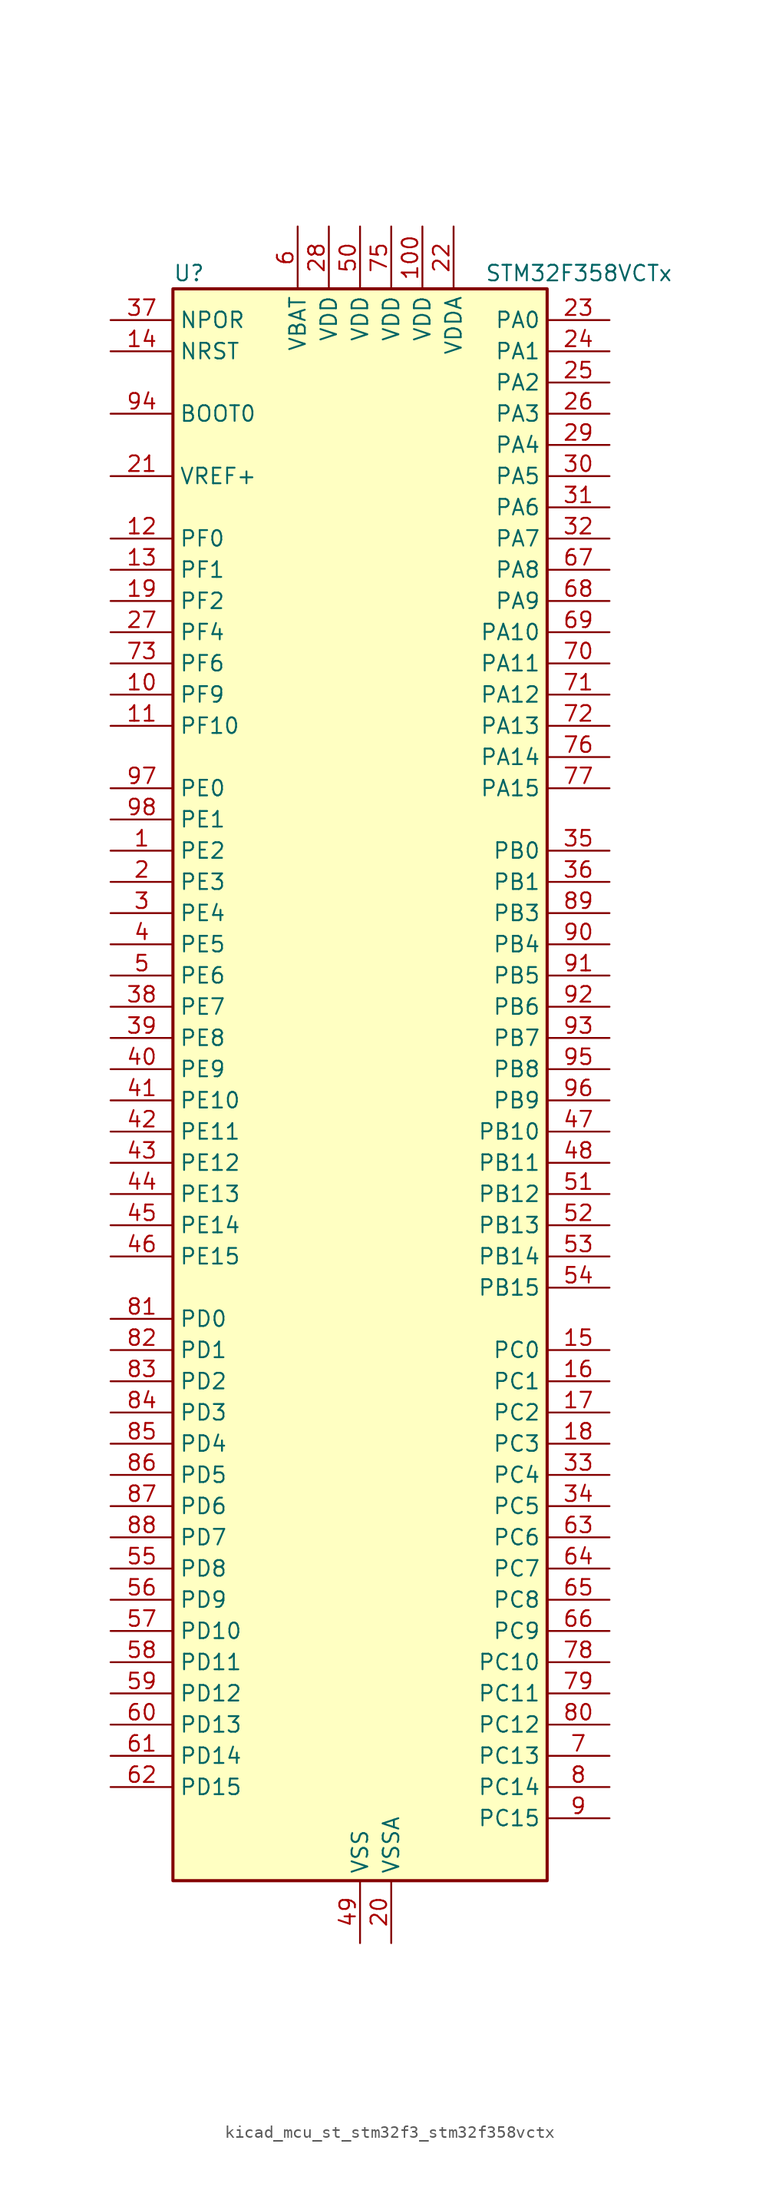
<source format=kicad_sym>
(kicad_symbol_lib
  (version 20220914)
  (generator kicad_symbol_editor)
  (symbol "kicad_mcu_st_stm32f3_stm32f358vctx"
    (property "Reference" "U"
      (at -15.24 67.31 0)
      (effects (font (size 1.27 1.27)) (justify left)))
    (property "Value" "STM32F358VCTx"
      (at 10.16 67.31 0)
      (effects (font (size 1.27 1.27)) (justify left)))
    (property "ki_locked" ""
      (at 0 0 0)
      (effects (font (size 1.27 1.27))))
    (symbol "kicad_mcu_st_stm32f3_stm32f358vctx_0_1"
      (rectangle (start -15.24 -63.5) (end 15.24 66.04) (stroke (width 0.254) (type default)) (fill (type background))))
    (symbol "kicad_mcu_st_stm32f3_stm32f358vctx_1_1"
      (pin bidirectional line (at -20.32 20.32 0) (length 5.08) (name "PE2" (effects (font (size 1.27 1.27)))) (number "1" (effects (font (size 1.27 1.27)))) (alternate "ADC3_EXTI2" bidirectional line) (alternate "ADC4_EXTI2" bidirectional line) (alternate "SYS_TRACECK" bidirectional line) (alternate "TIM3_CH1" bidirectional line) (alternate "TSC_G7_IO1" bidirectional line))
      (pin bidirectional line (at -20.32 33.02 0) (length 5.08) (name "PF9" (effects (font (size 1.27 1.27)))) (number "10" (effects (font (size 1.27 1.27)))) (alternate "DAC_EXTI9" bidirectional line) (alternate "SPI2_SCK" bidirectional line) (alternate "TIM15_CH1" bidirectional line))
      (pin power_in line (at 5.08 71.12 270) (length 5.08) (name "VDD" (effects (font (size 1.27 1.27)))) (number "100" (effects (font (size 1.27 1.27)))))
      (pin bidirectional line (at -20.32 30.48 0) (length 5.08) (name "PF10" (effects (font (size 1.27 1.27)))) (number "11" (effects (font (size 1.27 1.27)))) (alternate "SPI2_SCK" bidirectional line) (alternate "TIM15_CH2" bidirectional line))
      (pin bidirectional line (at -20.32 45.72 0) (length 5.08) (name "PF0" (effects (font (size 1.27 1.27)))) (number "12" (effects (font (size 1.27 1.27)))) (alternate "I2C2_SDA" bidirectional line) (alternate "RCC_OSC_IN" bidirectional line) (alternate "TIM1_CH3N" bidirectional line))
      (pin bidirectional line (at -20.32 43.18 0) (length 5.08) (name "PF1" (effects (font (size 1.27 1.27)))) (number "13" (effects (font (size 1.27 1.27)))) (alternate "I2C2_SCL" bidirectional line) (alternate "RCC_OSC_OUT" bidirectional line))
      (pin input line (at -20.32 60.96 0) (length 5.08) (name "NRST" (effects (font (size 1.27 1.27)))) (number "14" (effects (font (size 1.27 1.27)))))
      (pin bidirectional line (at 20.32 -20.32 180) (length 5.08) (name "PC0" (effects (font (size 1.27 1.27)))) (number "15" (effects (font (size 1.27 1.27)))) (alternate "ADC1_IN6" bidirectional line) (alternate "ADC2_IN6" bidirectional line) (alternate "COMP7_INM" bidirectional line))
      (pin bidirectional line (at 20.32 -22.86 180) (length 5.08) (name "PC1" (effects (font (size 1.27 1.27)))) (number "16" (effects (font (size 1.27 1.27)))) (alternate "ADC1_IN7" bidirectional line) (alternate "ADC2_IN7" bidirectional line) (alternate "COMP7_INP" bidirectional line))
      (pin bidirectional line (at 20.32 -25.4 180) (length 5.08) (name "PC2" (effects (font (size 1.27 1.27)))) (number "17" (effects (font (size 1.27 1.27)))) (alternate "ADC1_IN8" bidirectional line) (alternate "ADC2_IN8" bidirectional line) (alternate "ADC3_EXTI2" bidirectional line) (alternate "ADC4_EXTI2" bidirectional line) (alternate "COMP7_OUT" bidirectional line))
      (pin bidirectional line (at 20.32 -27.94 180) (length 5.08) (name "PC3" (effects (font (size 1.27 1.27)))) (number "18" (effects (font (size 1.27 1.27)))) (alternate "ADC1_IN9" bidirectional line) (alternate "ADC2_IN9" bidirectional line) (alternate "TIM1_BKIN2" bidirectional line))
      (pin bidirectional line (at -20.32 40.64 0) (length 5.08) (name "PF2" (effects (font (size 1.27 1.27)))) (number "19" (effects (font (size 1.27 1.27)))) (alternate "ADC1_IN10" bidirectional line) (alternate "ADC2_IN10" bidirectional line) (alternate "ADC3_EXTI2" bidirectional line) (alternate "ADC4_EXTI2" bidirectional line))
      (pin bidirectional line (at -20.32 17.78 0) (length 5.08) (name "PE3" (effects (font (size 1.27 1.27)))) (number "2" (effects (font (size 1.27 1.27)))) (alternate "SYS_TRACED0" bidirectional line) (alternate "TIM3_CH2" bidirectional line) (alternate "TSC_G7_IO2" bidirectional line))
      (pin power_in line (at 2.54 -68.58 90) (length 5.08) (name "VSSA" (effects (font (size 1.27 1.27)))) (number "20" (effects (font (size 1.27 1.27)))))
      (pin input line (at -20.32 50.8 0) (length 5.08) (name "VREF+" (effects (font (size 1.27 1.27)))) (number "21" (effects (font (size 1.27 1.27)))))
      (pin power_in line (at 7.62 71.12 270) (length 5.08) (name "VDDA" (effects (font (size 1.27 1.27)))) (number "22" (effects (font (size 1.27 1.27)))))
      (pin bidirectional line (at 20.32 63.5 180) (length 5.08) (name "PA0" (effects (font (size 1.27 1.27)))) (number "23" (effects (font (size 1.27 1.27)))) (alternate "ADC1_IN1" bidirectional line) (alternate "COMP1_INM" bidirectional line) (alternate "COMP1_OUT" bidirectional line) (alternate "COMP7_INP" bidirectional line) (alternate "RTC_TAMP2" bidirectional line) (alternate "SYS_WKUP1" bidirectional line) (alternate "TIM2_CH1" bidirectional line) (alternate "TIM2_ETR" bidirectional line) (alternate "TIM8_BKIN" bidirectional line) (alternate "TIM8_ETR" bidirectional line) (alternate "TSC_G1_IO1" bidirectional line) (alternate "USART2_CTS" bidirectional line))
      (pin bidirectional line (at 20.32 60.96 180) (length 5.08) (name "PA1" (effects (font (size 1.27 1.27)))) (number "24" (effects (font (size 1.27 1.27)))) (alternate "ADC1_IN2" bidirectional line) (alternate "COMP1_INP" bidirectional line) (alternate "OPAMP1_VINP" bidirectional line) (alternate "OPAMP1_VINP_SEC" bidirectional line) (alternate "OPAMP3_VINP" bidirectional line) (alternate "OPAMP3_VINP_SEC" bidirectional line) (alternate "RTC_REFIN" bidirectional line) (alternate "TIM15_CH1N" bidirectional line) (alternate "TIM2_CH2" bidirectional line) (alternate "TSC_G1_IO2" bidirectional line) (alternate "USART2_DE" bidirectional line) (alternate "USART2_RTS" bidirectional line))
      (pin bidirectional line (at 20.32 58.42 180) (length 5.08) (name "PA2" (effects (font (size 1.27 1.27)))) (number "25" (effects (font (size 1.27 1.27)))) (alternate "ADC1_IN3" bidirectional line) (alternate "ADC3_EXTI2" bidirectional line) (alternate "ADC4_EXTI2" bidirectional line) (alternate "COMP2_INM" bidirectional line) (alternate "COMP2_OUT" bidirectional line) (alternate "OPAMP1_VOUT" bidirectional line) (alternate "TIM15_CH1" bidirectional line) (alternate "TIM2_CH3" bidirectional line) (alternate "TSC_G1_IO3" bidirectional line) (alternate "USART2_TX" bidirectional line))
      (pin bidirectional line (at 20.32 55.88 180) (length 5.08) (name "PA3" (effects (font (size 1.27 1.27)))) (number "26" (effects (font (size 1.27 1.27)))) (alternate "ADC1_IN4" bidirectional line) (alternate "COMP2_INP" bidirectional line) (alternate "OPAMP1_VINM" bidirectional line) (alternate "OPAMP1_VINM_SEC" bidirectional line) (alternate "OPAMP1_VINP" bidirectional line) (alternate "OPAMP1_VINP_SEC" bidirectional line) (alternate "TIM15_CH2" bidirectional line) (alternate "TIM2_CH4" bidirectional line) (alternate "TSC_G1_IO4" bidirectional line) (alternate "USART2_RX" bidirectional line))
      (pin bidirectional line (at -20.32 38.1 0) (length 5.08) (name "PF4" (effects (font (size 1.27 1.27)))) (number "27" (effects (font (size 1.27 1.27)))) (alternate "ADC1_IN5" bidirectional line) (alternate "COMP1_OUT" bidirectional line))
      (pin power_in line (at -2.54 71.12 270) (length 5.08) (name "VDD" (effects (font (size 1.27 1.27)))) (number "28" (effects (font (size 1.27 1.27)))))
      (pin bidirectional line (at 20.32 53.34 180) (length 5.08) (name "PA4" (effects (font (size 1.27 1.27)))) (number "29" (effects (font (size 1.27 1.27)))) (alternate "ADC2_IN1" bidirectional line) (alternate "COMP1_INM" bidirectional line) (alternate "COMP2_INM" bidirectional line) (alternate "COMP3_INM" bidirectional line) (alternate "COMP4_INM" bidirectional line) (alternate "COMP5_INM" bidirectional line) (alternate "COMP6_INM" bidirectional line) (alternate "COMP7_INM" bidirectional line) (alternate "DAC_OUT1" bidirectional line) (alternate "I2S3_WS" bidirectional line) (alternate "OPAMP4_VINP" bidirectional line) (alternate "OPAMP4_VINP_SEC" bidirectional line) (alternate "SPI1_NSS" bidirectional line) (alternate "SPI3_NSS" bidirectional line) (alternate "TIM3_CH2" bidirectional line) (alternate "TSC_G2_IO1" bidirectional line) (alternate "USART2_CK" bidirectional line))
      (pin bidirectional line (at -20.32 15.24 0) (length 5.08) (name "PE4" (effects (font (size 1.27 1.27)))) (number "3" (effects (font (size 1.27 1.27)))) (alternate "SYS_TRACED1" bidirectional line) (alternate "TIM3_CH3" bidirectional line) (alternate "TSC_G7_IO3" bidirectional line))
      (pin bidirectional line (at 20.32 50.8 180) (length 5.08) (name "PA5" (effects (font (size 1.27 1.27)))) (number "30" (effects (font (size 1.27 1.27)))) (alternate "ADC2_IN2" bidirectional line) (alternate "COMP1_INM" bidirectional line) (alternate "COMP2_INM" bidirectional line) (alternate "COMP3_INM" bidirectional line) (alternate "COMP4_INM" bidirectional line) (alternate "COMP5_INM" bidirectional line) (alternate "COMP6_INM" bidirectional line) (alternate "COMP7_INM" bidirectional line) (alternate "DAC_OUT2" bidirectional line) (alternate "OPAMP1_VINP" bidirectional line) (alternate "OPAMP1_VINP_SEC" bidirectional line) (alternate "OPAMP2_VINM" bidirectional line) (alternate "OPAMP2_VINM_SEC" bidirectional line) (alternate "OPAMP3_VINP" bidirectional line) (alternate "OPAMP3_VINP_SEC" bidirectional line) (alternate "SPI1_SCK" bidirectional line) (alternate "TIM2_CH1" bidirectional line) (alternate "TIM2_ETR" bidirectional line) (alternate "TSC_G2_IO2" bidirectional line))
      (pin bidirectional line (at 20.32 48.26 180) (length 5.08) (name "PA6" (effects (font (size 1.27 1.27)))) (number "31" (effects (font (size 1.27 1.27)))) (alternate "ADC2_IN3" bidirectional line) (alternate "COMP1_OUT" bidirectional line) (alternate "OPAMP2_VOUT" bidirectional line) (alternate "SPI1_MISO" bidirectional line) (alternate "TIM16_CH1" bidirectional line) (alternate "TIM1_BKIN" bidirectional line) (alternate "TIM3_CH1" bidirectional line) (alternate "TIM8_BKIN" bidirectional line) (alternate "TSC_G2_IO3" bidirectional line))
      (pin bidirectional line (at 20.32 45.72 180) (length 5.08) (name "PA7" (effects (font (size 1.27 1.27)))) (number "32" (effects (font (size 1.27 1.27)))) (alternate "ADC2_IN4" bidirectional line) (alternate "COMP2_INP" bidirectional line) (alternate "COMP2_OUT" bidirectional line) (alternate "OPAMP1_VINP" bidirectional line) (alternate "OPAMP1_VINP_SEC" bidirectional line) (alternate "OPAMP2_VINP" bidirectional line) (alternate "OPAMP2_VINP_SEC" bidirectional line) (alternate "SPI1_MOSI" bidirectional line) (alternate "TIM17_CH1" bidirectional line) (alternate "TIM1_CH1N" bidirectional line) (alternate "TIM3_CH2" bidirectional line) (alternate "TIM8_CH1N" bidirectional line) (alternate "TSC_G2_IO4" bidirectional line))
      (pin bidirectional line (at 20.32 -30.48 180) (length 5.08) (name "PC4" (effects (font (size 1.27 1.27)))) (number "33" (effects (font (size 1.27 1.27)))) (alternate "ADC2_IN5" bidirectional line) (alternate "USART1_TX" bidirectional line))
      (pin bidirectional line (at 20.32 -33.02 180) (length 5.08) (name "PC5" (effects (font (size 1.27 1.27)))) (number "34" (effects (font (size 1.27 1.27)))) (alternate "ADC2_IN11" bidirectional line) (alternate "OPAMP1_VINM" bidirectional line) (alternate "OPAMP1_VINM_SEC" bidirectional line) (alternate "OPAMP2_VINM" bidirectional line) (alternate "OPAMP2_VINM_SEC" bidirectional line) (alternate "TSC_G3_IO1" bidirectional line) (alternate "USART1_RX" bidirectional line))
      (pin bidirectional line (at 20.32 20.32 180) (length 5.08) (name "PB0" (effects (font (size 1.27 1.27)))) (number "35" (effects (font (size 1.27 1.27)))) (alternate "ADC3_IN12" bidirectional line) (alternate "COMP4_INP" bidirectional line) (alternate "OPAMP2_VINP" bidirectional line) (alternate "OPAMP2_VINP_SEC" bidirectional line) (alternate "OPAMP3_VINP" bidirectional line) (alternate "OPAMP3_VINP_SEC" bidirectional line) (alternate "TIM1_CH2N" bidirectional line) (alternate "TIM3_CH3" bidirectional line) (alternate "TIM8_CH2N" bidirectional line) (alternate "TSC_G3_IO2" bidirectional line))
      (pin bidirectional line (at 20.32 17.78 180) (length 5.08) (name "PB1" (effects (font (size 1.27 1.27)))) (number "36" (effects (font (size 1.27 1.27)))) (alternate "ADC3_IN1" bidirectional line) (alternate "COMP4_OUT" bidirectional line) (alternate "OPAMP3_VOUT" bidirectional line) (alternate "TIM1_CH3N" bidirectional line) (alternate "TIM3_CH4" bidirectional line) (alternate "TIM8_CH3N" bidirectional line) (alternate "TSC_G3_IO3" bidirectional line))
      (pin input line (at -20.32 63.5 0) (length 5.08) (name "NPOR" (effects (font (size 1.27 1.27)))) (number "37" (effects (font (size 1.27 1.27)))))
      (pin bidirectional line (at -20.32 7.62 0) (length 5.08) (name "PE7" (effects (font (size 1.27 1.27)))) (number "38" (effects (font (size 1.27 1.27)))) (alternate "ADC3_IN13" bidirectional line) (alternate "COMP4_INP" bidirectional line) (alternate "TIM1_ETR" bidirectional line))
      (pin bidirectional line (at -20.32 5.08 0) (length 5.08) (name "PE8" (effects (font (size 1.27 1.27)))) (number "39" (effects (font (size 1.27 1.27)))) (alternate "ADC3_IN6" bidirectional line) (alternate "ADC4_IN6" bidirectional line) (alternate "COMP4_INM" bidirectional line) (alternate "TIM1_CH1N" bidirectional line))
      (pin bidirectional line (at -20.32 12.7 0) (length 5.08) (name "PE5" (effects (font (size 1.27 1.27)))) (number "4" (effects (font (size 1.27 1.27)))) (alternate "SYS_TRACED2" bidirectional line) (alternate "TIM3_CH4" bidirectional line) (alternate "TSC_G7_IO4" bidirectional line))
      (pin bidirectional line (at -20.32 2.54 0) (length 5.08) (name "PE9" (effects (font (size 1.27 1.27)))) (number "40" (effects (font (size 1.27 1.27)))) (alternate "ADC3_IN2" bidirectional line) (alternate "DAC_EXTI9" bidirectional line) (alternate "TIM1_CH1" bidirectional line))
      (pin bidirectional line (at -20.32 0 0) (length 5.08) (name "PE10" (effects (font (size 1.27 1.27)))) (number "41" (effects (font (size 1.27 1.27)))) (alternate "ADC3_IN14" bidirectional line) (alternate "TIM1_CH2N" bidirectional line))
      (pin bidirectional line (at -20.32 -2.54 0) (length 5.08) (name "PE11" (effects (font (size 1.27 1.27)))) (number "42" (effects (font (size 1.27 1.27)))) (alternate "ADC1_EXTI11" bidirectional line) (alternate "ADC2_EXTI11" bidirectional line) (alternate "ADC3_IN15" bidirectional line) (alternate "TIM1_CH2" bidirectional line))
      (pin bidirectional line (at -20.32 -5.08 0) (length 5.08) (name "PE12" (effects (font (size 1.27 1.27)))) (number "43" (effects (font (size 1.27 1.27)))) (alternate "ADC3_IN16" bidirectional line) (alternate "TIM1_CH3N" bidirectional line))
      (pin bidirectional line (at -20.32 -7.62 0) (length 5.08) (name "PE13" (effects (font (size 1.27 1.27)))) (number "44" (effects (font (size 1.27 1.27)))) (alternate "ADC3_IN3" bidirectional line) (alternate "TIM1_CH3" bidirectional line))
      (pin bidirectional line (at -20.32 -10.16 0) (length 5.08) (name "PE14" (effects (font (size 1.27 1.27)))) (number "45" (effects (font (size 1.27 1.27)))) (alternate "ADC4_IN1" bidirectional line) (alternate "TIM1_BKIN2" bidirectional line) (alternate "TIM1_CH4" bidirectional line))
      (pin bidirectional line (at -20.32 -12.7 0) (length 5.08) (name "PE15" (effects (font (size 1.27 1.27)))) (number "46" (effects (font (size 1.27 1.27)))) (alternate "ADC1_EXTI15" bidirectional line) (alternate "ADC2_EXTI15" bidirectional line) (alternate "ADC4_IN2" bidirectional line) (alternate "TIM1_BKIN" bidirectional line) (alternate "USART3_RX" bidirectional line))
      (pin bidirectional line (at 20.32 -2.54 180) (length 5.08) (name "PB10" (effects (font (size 1.27 1.27)))) (number "47" (effects (font (size 1.27 1.27)))) (alternate "COMP5_INM" bidirectional line) (alternate "OPAMP3_VINM" bidirectional line) (alternate "OPAMP3_VINM_SEC" bidirectional line) (alternate "OPAMP4_VINM" bidirectional line) (alternate "OPAMP4_VINM_SEC" bidirectional line) (alternate "TIM2_CH3" bidirectional line) (alternate "TSC_SYNC" bidirectional line) (alternate "USART3_TX" bidirectional line))
      (pin bidirectional line (at 20.32 -5.08 180) (length 5.08) (name "PB11" (effects (font (size 1.27 1.27)))) (number "48" (effects (font (size 1.27 1.27)))) (alternate "ADC1_EXTI11" bidirectional line) (alternate "ADC2_EXTI11" bidirectional line) (alternate "COMP6_INP" bidirectional line) (alternate "OPAMP4_VINP" bidirectional line) (alternate "OPAMP4_VINP_SEC" bidirectional line) (alternate "TIM2_CH4" bidirectional line) (alternate "TSC_G6_IO1" bidirectional line) (alternate "USART3_RX" bidirectional line))
      (pin power_in line (at 0 -68.58 90) (length 5.08) (name "VSS" (effects (font (size 1.27 1.27)))) (number "49" (effects (font (size 1.27 1.27)))))
      (pin bidirectional line (at -20.32 10.16 0) (length 5.08) (name "PE6" (effects (font (size 1.27 1.27)))) (number "5" (effects (font (size 1.27 1.27)))) (alternate "RTC_TAMP3" bidirectional line) (alternate "SYS_TRACED3" bidirectional line) (alternate "SYS_WKUP3" bidirectional line))
      (pin power_in line (at 0 71.12 270) (length 5.08) (name "VDD" (effects (font (size 1.27 1.27)))) (number "50" (effects (font (size 1.27 1.27)))))
      (pin bidirectional line (at 20.32 -7.62 180) (length 5.08) (name "PB12" (effects (font (size 1.27 1.27)))) (number "51" (effects (font (size 1.27 1.27)))) (alternate "ADC4_IN3" bidirectional line) (alternate "COMP3_INM" bidirectional line) (alternate "I2C2_SMBA" bidirectional line) (alternate "I2S2_WS" bidirectional line) (alternate "OPAMP4_VOUT" bidirectional line) (alternate "SPI2_NSS" bidirectional line) (alternate "TIM1_BKIN" bidirectional line) (alternate "TSC_G6_IO2" bidirectional line) (alternate "USART3_CK" bidirectional line))
      (pin bidirectional line (at 20.32 -10.16 180) (length 5.08) (name "PB13" (effects (font (size 1.27 1.27)))) (number "52" (effects (font (size 1.27 1.27)))) (alternate "ADC3_IN5" bidirectional line) (alternate "COMP5_INP" bidirectional line) (alternate "I2S2_CK" bidirectional line) (alternate "OPAMP3_VINP" bidirectional line) (alternate "OPAMP3_VINP_SEC" bidirectional line) (alternate "OPAMP4_VINP" bidirectional line) (alternate "OPAMP4_VINP_SEC" bidirectional line) (alternate "SPI2_SCK" bidirectional line) (alternate "TIM1_CH1N" bidirectional line) (alternate "TSC_G6_IO3" bidirectional line) (alternate "USART3_CTS" bidirectional line))
      (pin bidirectional line (at 20.32 -12.7 180) (length 5.08) (name "PB14" (effects (font (size 1.27 1.27)))) (number "53" (effects (font (size 1.27 1.27)))) (alternate "ADC4_IN4" bidirectional line) (alternate "COMP3_INP" bidirectional line) (alternate "I2S2_ext_SD" bidirectional line) (alternate "OPAMP2_VINP" bidirectional line) (alternate "OPAMP2_VINP_SEC" bidirectional line) (alternate "SPI2_MISO" bidirectional line) (alternate "TIM15_CH1" bidirectional line) (alternate "TIM1_CH2N" bidirectional line) (alternate "TSC_G6_IO4" bidirectional line) (alternate "USART3_DE" bidirectional line) (alternate "USART3_RTS" bidirectional line))
      (pin bidirectional line (at 20.32 -15.24 180) (length 5.08) (name "PB15" (effects (font (size 1.27 1.27)))) (number "54" (effects (font (size 1.27 1.27)))) (alternate "ADC1_EXTI15" bidirectional line) (alternate "ADC2_EXTI15" bidirectional line) (alternate "ADC4_IN5" bidirectional line) (alternate "COMP6_INM" bidirectional line) (alternate "I2S2_SD" bidirectional line) (alternate "RTC_REFIN" bidirectional line) (alternate "SPI2_MOSI" bidirectional line) (alternate "TIM15_CH1N" bidirectional line) (alternate "TIM15_CH2" bidirectional line) (alternate "TIM1_CH3N" bidirectional line))
      (pin bidirectional line (at -20.32 -38.1 0) (length 5.08) (name "PD8" (effects (font (size 1.27 1.27)))) (number "55" (effects (font (size 1.27 1.27)))) (alternate "ADC4_IN12" bidirectional line) (alternate "OPAMP4_VINM" bidirectional line) (alternate "OPAMP4_VINM_SEC" bidirectional line) (alternate "USART3_TX" bidirectional line))
      (pin bidirectional line (at -20.32 -40.64 0) (length 5.08) (name "PD9" (effects (font (size 1.27 1.27)))) (number "56" (effects (font (size 1.27 1.27)))) (alternate "ADC4_IN13" bidirectional line) (alternate "DAC_EXTI9" bidirectional line) (alternate "USART3_RX" bidirectional line))
      (pin bidirectional line (at -20.32 -43.18 0) (length 5.08) (name "PD10" (effects (font (size 1.27 1.27)))) (number "57" (effects (font (size 1.27 1.27)))) (alternate "ADC3_IN7" bidirectional line) (alternate "ADC4_IN7" bidirectional line) (alternate "COMP6_INM" bidirectional line) (alternate "USART3_CK" bidirectional line))
      (pin bidirectional line (at -20.32 -45.72 0) (length 5.08) (name "PD11" (effects (font (size 1.27 1.27)))) (number "58" (effects (font (size 1.27 1.27)))) (alternate "ADC1_EXTI11" bidirectional line) (alternate "ADC2_EXTI11" bidirectional line) (alternate "ADC3_IN8" bidirectional line) (alternate "ADC4_IN8" bidirectional line) (alternate "COMP6_INP" bidirectional line) (alternate "OPAMP4_VINP" bidirectional line) (alternate "OPAMP4_VINP_SEC" bidirectional line) (alternate "USART3_CTS" bidirectional line))
      (pin bidirectional line (at -20.32 -48.26 0) (length 5.08) (name "PD12" (effects (font (size 1.27 1.27)))) (number "59" (effects (font (size 1.27 1.27)))) (alternate "ADC3_IN9" bidirectional line) (alternate "ADC4_IN9" bidirectional line) (alternate "COMP5_INP" bidirectional line) (alternate "TIM4_CH1" bidirectional line) (alternate "TSC_G8_IO1" bidirectional line) (alternate "USART3_DE" bidirectional line) (alternate "USART3_RTS" bidirectional line))
      (pin power_in line (at -5.08 71.12 270) (length 5.08) (name "VBAT" (effects (font (size 1.27 1.27)))) (number "6" (effects (font (size 1.27 1.27)))))
      (pin bidirectional line (at -20.32 -50.8 0) (length 5.08) (name "PD13" (effects (font (size 1.27 1.27)))) (number "60" (effects (font (size 1.27 1.27)))) (alternate "ADC3_IN10" bidirectional line) (alternate "ADC4_IN10" bidirectional line) (alternate "COMP5_INM" bidirectional line) (alternate "TIM4_CH2" bidirectional line) (alternate "TSC_G8_IO2" bidirectional line))
      (pin bidirectional line (at -20.32 -53.34 0) (length 5.08) (name "PD14" (effects (font (size 1.27 1.27)))) (number "61" (effects (font (size 1.27 1.27)))) (alternate "ADC3_IN11" bidirectional line) (alternate "ADC4_IN11" bidirectional line) (alternate "COMP3_INP" bidirectional line) (alternate "OPAMP2_VINP" bidirectional line) (alternate "OPAMP2_VINP_SEC" bidirectional line) (alternate "TIM4_CH3" bidirectional line) (alternate "TSC_G8_IO3" bidirectional line))
      (pin bidirectional line (at -20.32 -55.88 0) (length 5.08) (name "PD15" (effects (font (size 1.27 1.27)))) (number "62" (effects (font (size 1.27 1.27)))) (alternate "ADC1_EXTI15" bidirectional line) (alternate "ADC2_EXTI15" bidirectional line) (alternate "COMP3_INM" bidirectional line) (alternate "SPI2_NSS" bidirectional line) (alternate "TIM4_CH4" bidirectional line) (alternate "TSC_G8_IO4" bidirectional line))
      (pin bidirectional line (at 20.32 -35.56 180) (length 5.08) (name "PC6" (effects (font (size 1.27 1.27)))) (number "63" (effects (font (size 1.27 1.27)))) (alternate "COMP6_OUT" bidirectional line) (alternate "I2S2_MCK" bidirectional line) (alternate "TIM3_CH1" bidirectional line) (alternate "TIM8_CH1" bidirectional line))
      (pin bidirectional line (at 20.32 -38.1 180) (length 5.08) (name "PC7" (effects (font (size 1.27 1.27)))) (number "64" (effects (font (size 1.27 1.27)))) (alternate "COMP5_OUT" bidirectional line) (alternate "I2S3_MCK" bidirectional line) (alternate "TIM3_CH2" bidirectional line) (alternate "TIM8_CH2" bidirectional line))
      (pin bidirectional line (at 20.32 -40.64 180) (length 5.08) (name "PC8" (effects (font (size 1.27 1.27)))) (number "65" (effects (font (size 1.27 1.27)))) (alternate "COMP3_OUT" bidirectional line) (alternate "TIM3_CH3" bidirectional line) (alternate "TIM8_CH3" bidirectional line))
      (pin bidirectional line (at 20.32 -43.18 180) (length 5.08) (name "PC9" (effects (font (size 1.27 1.27)))) (number "66" (effects (font (size 1.27 1.27)))) (alternate "DAC_EXTI9" bidirectional line) (alternate "I2S_CKIN" bidirectional line) (alternate "TIM3_CH4" bidirectional line) (alternate "TIM8_BKIN2" bidirectional line) (alternate "TIM8_CH4" bidirectional line))
      (pin bidirectional line (at 20.32 43.18 180) (length 5.08) (name "PA8" (effects (font (size 1.27 1.27)))) (number "67" (effects (font (size 1.27 1.27)))) (alternate "COMP3_OUT" bidirectional line) (alternate "I2C2_SMBA" bidirectional line) (alternate "I2S2_MCK" bidirectional line) (alternate "RCC_MCO" bidirectional line) (alternate "TIM1_CH1" bidirectional line) (alternate "TIM4_ETR" bidirectional line) (alternate "USART1_CK" bidirectional line))
      (pin bidirectional line (at 20.32 40.64 180) (length 5.08) (name "PA9" (effects (font (size 1.27 1.27)))) (number "68" (effects (font (size 1.27 1.27)))) (alternate "COMP5_OUT" bidirectional line) (alternate "DAC_EXTI9" bidirectional line) (alternate "I2C2_SCL" bidirectional line) (alternate "I2S3_MCK" bidirectional line) (alternate "TIM15_BKIN" bidirectional line) (alternate "TIM1_CH2" bidirectional line) (alternate "TIM2_CH3" bidirectional line) (alternate "TSC_G4_IO1" bidirectional line) (alternate "USART1_TX" bidirectional line))
      (pin bidirectional line (at 20.32 38.1 180) (length 5.08) (name "PA10" (effects (font (size 1.27 1.27)))) (number "69" (effects (font (size 1.27 1.27)))) (alternate "COMP6_OUT" bidirectional line) (alternate "I2C2_SDA" bidirectional line) (alternate "TIM17_BKIN" bidirectional line) (alternate "TIM1_CH3" bidirectional line) (alternate "TIM2_CH4" bidirectional line) (alternate "TIM8_BKIN" bidirectional line) (alternate "TSC_G4_IO2" bidirectional line) (alternate "USART1_RX" bidirectional line))
      (pin bidirectional line (at 20.32 -53.34 180) (length 5.08) (name "PC13" (effects (font (size 1.27 1.27)))) (number "7" (effects (font (size 1.27 1.27)))) (alternate "RTC_OUT_ALARM" bidirectional line) (alternate "RTC_OUT_CALIB" bidirectional line) (alternate "RTC_TAMP1" bidirectional line) (alternate "RTC_TS" bidirectional line) (alternate "SYS_WKUP2" bidirectional line) (alternate "TIM1_CH1N" bidirectional line))
      (pin bidirectional line (at 20.32 35.56 180) (length 5.08) (name "PA11" (effects (font (size 1.27 1.27)))) (number "70" (effects (font (size 1.27 1.27)))) (alternate "ADC1_EXTI11" bidirectional line) (alternate "ADC2_EXTI11" bidirectional line) (alternate "CAN_RX" bidirectional line) (alternate "COMP1_OUT" bidirectional line) (alternate "TIM1_BKIN2" bidirectional line) (alternate "TIM1_CH1N" bidirectional line) (alternate "TIM1_CH4" bidirectional line) (alternate "TIM4_CH1" bidirectional line) (alternate "USART1_CTS" bidirectional line))
      (pin bidirectional line (at 20.32 33.02 180) (length 5.08) (name "PA12" (effects (font (size 1.27 1.27)))) (number "71" (effects (font (size 1.27 1.27)))) (alternate "CAN_TX" bidirectional line) (alternate "COMP2_OUT" bidirectional line) (alternate "TIM16_CH1" bidirectional line) (alternate "TIM1_CH2N" bidirectional line) (alternate "TIM1_ETR" bidirectional line) (alternate "TIM4_CH2" bidirectional line) (alternate "USART1_DE" bidirectional line) (alternate "USART1_RTS" bidirectional line))
      (pin bidirectional line (at 20.32 30.48 180) (length 5.08) (name "PA13" (effects (font (size 1.27 1.27)))) (number "72" (effects (font (size 1.27 1.27)))) (alternate "IR_OUT" bidirectional line) (alternate "SYS_JTMS-SWDIO" bidirectional line) (alternate "TIM16_CH1N" bidirectional line) (alternate "TIM4_CH3" bidirectional line) (alternate "TSC_G4_IO3" bidirectional line) (alternate "USART3_CTS" bidirectional line))
      (pin bidirectional line (at -20.32 35.56 0) (length 5.08) (name "PF6" (effects (font (size 1.27 1.27)))) (number "73" (effects (font (size 1.27 1.27)))) (alternate "I2C2_SCL" bidirectional line) (alternate "TIM4_CH4" bidirectional line) (alternate "USART3_DE" bidirectional line) (alternate "USART3_RTS" bidirectional line))
      (pin passive line (at 0 -68.58 90) (length 5.08) hide (name "VSS" (effects (font (size 1.27 1.27)))) (number "74" (effects (font (size 1.27 1.27)))))
      (pin power_in line (at 2.54 71.12 270) (length 5.08) (name "VDD" (effects (font (size 1.27 1.27)))) (number "75" (effects (font (size 1.27 1.27)))))
      (pin bidirectional line (at 20.32 27.94 180) (length 5.08) (name "PA14" (effects (font (size 1.27 1.27)))) (number "76" (effects (font (size 1.27 1.27)))) (alternate "I2C1_SDA" bidirectional line) (alternate "SYS_JTCK-SWCLK" bidirectional line) (alternate "TIM1_BKIN" bidirectional line) (alternate "TIM8_CH2" bidirectional line) (alternate "TSC_G4_IO4" bidirectional line) (alternate "USART2_TX" bidirectional line))
      (pin bidirectional line (at 20.32 25.4 180) (length 5.08) (name "PA15" (effects (font (size 1.27 1.27)))) (number "77" (effects (font (size 1.27 1.27)))) (alternate "ADC1_EXTI15" bidirectional line) (alternate "ADC2_EXTI15" bidirectional line) (alternate "I2C1_SCL" bidirectional line) (alternate "I2S3_WS" bidirectional line) (alternate "SPI1_NSS" bidirectional line) (alternate "SPI3_NSS" bidirectional line) (alternate "SYS_JTDI" bidirectional line) (alternate "TIM1_BKIN" bidirectional line) (alternate "TIM2_CH1" bidirectional line) (alternate "TIM2_ETR" bidirectional line) (alternate "TIM8_CH1" bidirectional line) (alternate "USART2_RX" bidirectional line))
      (pin bidirectional line (at 20.32 -45.72 180) (length 5.08) (name "PC10" (effects (font (size 1.27 1.27)))) (number "78" (effects (font (size 1.27 1.27)))) (alternate "I2S3_CK" bidirectional line) (alternate "SPI3_SCK" bidirectional line) (alternate "TIM8_CH1N" bidirectional line) (alternate "UART4_TX" bidirectional line) (alternate "USART3_TX" bidirectional line))
      (pin bidirectional line (at 20.32 -48.26 180) (length 5.08) (name "PC11" (effects (font (size 1.27 1.27)))) (number "79" (effects (font (size 1.27 1.27)))) (alternate "ADC1_EXTI11" bidirectional line) (alternate "ADC2_EXTI11" bidirectional line) (alternate "I2S3_ext_SD" bidirectional line) (alternate "SPI3_MISO" bidirectional line) (alternate "TIM8_CH2N" bidirectional line) (alternate "UART4_RX" bidirectional line) (alternate "USART3_RX" bidirectional line))
      (pin bidirectional line (at 20.32 -55.88 180) (length 5.08) (name "PC14" (effects (font (size 1.27 1.27)))) (number "8" (effects (font (size 1.27 1.27)))) (alternate "RCC_OSC32_IN" bidirectional line))
      (pin bidirectional line (at 20.32 -50.8 180) (length 5.08) (name "PC12" (effects (font (size 1.27 1.27)))) (number "80" (effects (font (size 1.27 1.27)))) (alternate "I2S3_SD" bidirectional line) (alternate "SPI3_MOSI" bidirectional line) (alternate "TIM8_CH3N" bidirectional line) (alternate "UART5_TX" bidirectional line) (alternate "USART3_CK" bidirectional line))
      (pin bidirectional line (at -20.32 -17.78 0) (length 5.08) (name "PD0" (effects (font (size 1.27 1.27)))) (number "81" (effects (font (size 1.27 1.27)))) (alternate "CAN_RX" bidirectional line))
      (pin bidirectional line (at -20.32 -20.32 0) (length 5.08) (name "PD1" (effects (font (size 1.27 1.27)))) (number "82" (effects (font (size 1.27 1.27)))) (alternate "CAN_TX" bidirectional line) (alternate "TIM8_BKIN2" bidirectional line) (alternate "TIM8_CH4" bidirectional line))
      (pin bidirectional line (at -20.32 -22.86 0) (length 5.08) (name "PD2" (effects (font (size 1.27 1.27)))) (number "83" (effects (font (size 1.27 1.27)))) (alternate "ADC3_EXTI2" bidirectional line) (alternate "ADC4_EXTI2" bidirectional line) (alternate "TIM3_ETR" bidirectional line) (alternate "TIM8_BKIN" bidirectional line) (alternate "UART5_RX" bidirectional line))
      (pin bidirectional line (at -20.32 -25.4 0) (length 5.08) (name "PD3" (effects (font (size 1.27 1.27)))) (number "84" (effects (font (size 1.27 1.27)))) (alternate "TIM2_CH1" bidirectional line) (alternate "TIM2_ETR" bidirectional line) (alternate "USART2_CTS" bidirectional line))
      (pin bidirectional line (at -20.32 -27.94 0) (length 5.08) (name "PD4" (effects (font (size 1.27 1.27)))) (number "85" (effects (font (size 1.27 1.27)))) (alternate "TIM2_CH2" bidirectional line) (alternate "USART2_DE" bidirectional line) (alternate "USART2_RTS" bidirectional line))
      (pin bidirectional line (at -20.32 -30.48 0) (length 5.08) (name "PD5" (effects (font (size 1.27 1.27)))) (number "86" (effects (font (size 1.27 1.27)))) (alternate "USART2_TX" bidirectional line))
      (pin bidirectional line (at -20.32 -33.02 0) (length 5.08) (name "PD6" (effects (font (size 1.27 1.27)))) (number "87" (effects (font (size 1.27 1.27)))) (alternate "TIM2_CH4" bidirectional line) (alternate "USART2_RX" bidirectional line))
      (pin bidirectional line (at -20.32 -35.56 0) (length 5.08) (name "PD7" (effects (font (size 1.27 1.27)))) (number "88" (effects (font (size 1.27 1.27)))) (alternate "TIM2_CH3" bidirectional line) (alternate "USART2_CK" bidirectional line))
      (pin bidirectional line (at 20.32 15.24 180) (length 5.08) (name "PB3" (effects (font (size 1.27 1.27)))) (number "89" (effects (font (size 1.27 1.27)))) (alternate "I2S3_CK" bidirectional line) (alternate "SPI1_SCK" bidirectional line) (alternate "SPI3_SCK" bidirectional line) (alternate "SYS_JTDO-TRACESWO" bidirectional line) (alternate "TIM2_CH2" bidirectional line) (alternate "TIM3_ETR" bidirectional line) (alternate "TIM4_ETR" bidirectional line) (alternate "TIM8_CH1N" bidirectional line) (alternate "TSC_G5_IO1" bidirectional line) (alternate "USART2_TX" bidirectional line))
      (pin bidirectional line (at 20.32 -58.42 180) (length 5.08) (name "PC15" (effects (font (size 1.27 1.27)))) (number "9" (effects (font (size 1.27 1.27)))) (alternate "ADC1_EXTI15" bidirectional line) (alternate "ADC2_EXTI15" bidirectional line) (alternate "RCC_OSC32_OUT" bidirectional line))
      (pin bidirectional line (at 20.32 12.7 180) (length 5.08) (name "PB4" (effects (font (size 1.27 1.27)))) (number "90" (effects (font (size 1.27 1.27)))) (alternate "I2S3_ext_SD" bidirectional line) (alternate "SPI1_MISO" bidirectional line) (alternate "SPI3_MISO" bidirectional line) (alternate "SYS_NJTRST" bidirectional line) (alternate "TIM16_CH1" bidirectional line) (alternate "TIM17_BKIN" bidirectional line) (alternate "TIM3_CH1" bidirectional line) (alternate "TIM8_CH2N" bidirectional line) (alternate "TSC_G5_IO2" bidirectional line) (alternate "USART2_RX" bidirectional line))
      (pin bidirectional line (at 20.32 10.16 180) (length 5.08) (name "PB5" (effects (font (size 1.27 1.27)))) (number "91" (effects (font (size 1.27 1.27)))) (alternate "I2C1_SMBA" bidirectional line) (alternate "I2S3_SD" bidirectional line) (alternate "SPI1_MOSI" bidirectional line) (alternate "SPI3_MOSI" bidirectional line) (alternate "TIM16_BKIN" bidirectional line) (alternate "TIM17_CH1" bidirectional line) (alternate "TIM3_CH2" bidirectional line) (alternate "TIM8_CH3N" bidirectional line) (alternate "USART2_CK" bidirectional line))
      (pin bidirectional line (at 20.32 7.62 180) (length 5.08) (name "PB6" (effects (font (size 1.27 1.27)))) (number "92" (effects (font (size 1.27 1.27)))) (alternate "I2C1_SCL" bidirectional line) (alternate "TIM16_CH1N" bidirectional line) (alternate "TIM4_CH1" bidirectional line) (alternate "TIM8_BKIN2" bidirectional line) (alternate "TIM8_CH1" bidirectional line) (alternate "TIM8_ETR" bidirectional line) (alternate "TSC_G5_IO3" bidirectional line) (alternate "USART1_TX" bidirectional line))
      (pin bidirectional line (at 20.32 5.08 180) (length 5.08) (name "PB7" (effects (font (size 1.27 1.27)))) (number "93" (effects (font (size 1.27 1.27)))) (alternate "I2C1_SDA" bidirectional line) (alternate "TIM17_CH1N" bidirectional line) (alternate "TIM3_CH4" bidirectional line) (alternate "TIM4_CH2" bidirectional line) (alternate "TIM8_BKIN" bidirectional line) (alternate "TSC_G5_IO4" bidirectional line) (alternate "USART1_RX" bidirectional line))
      (pin input line (at -20.32 55.88 0) (length 5.08) (name "BOOT0" (effects (font (size 1.27 1.27)))) (number "94" (effects (font (size 1.27 1.27)))))
      (pin bidirectional line (at 20.32 2.54 180) (length 5.08) (name "PB8" (effects (font (size 1.27 1.27)))) (number "95" (effects (font (size 1.27 1.27)))) (alternate "CAN_RX" bidirectional line) (alternate "COMP1_OUT" bidirectional line) (alternate "I2C1_SCL" bidirectional line) (alternate "TIM16_CH1" bidirectional line) (alternate "TIM1_BKIN" bidirectional line) (alternate "TIM4_CH3" bidirectional line) (alternate "TIM8_CH2" bidirectional line) (alternate "TSC_SYNC" bidirectional line))
      (pin bidirectional line (at 20.32 0 180) (length 5.08) (name "PB9" (effects (font (size 1.27 1.27)))) (number "96" (effects (font (size 1.27 1.27)))) (alternate "CAN_TX" bidirectional line) (alternate "COMP2_OUT" bidirectional line) (alternate "DAC_EXTI9" bidirectional line) (alternate "I2C1_SDA" bidirectional line) (alternate "IR_OUT" bidirectional line) (alternate "TIM17_CH1" bidirectional line) (alternate "TIM4_CH4" bidirectional line) (alternate "TIM8_CH3" bidirectional line))
      (pin bidirectional line (at -20.32 25.4 0) (length 5.08) (name "PE0" (effects (font (size 1.27 1.27)))) (number "97" (effects (font (size 1.27 1.27)))) (alternate "TIM16_CH1" bidirectional line) (alternate "TIM4_ETR" bidirectional line) (alternate "USART1_TX" bidirectional line))
      (pin bidirectional line (at -20.32 22.86 0) (length 5.08) (name "PE1" (effects (font (size 1.27 1.27)))) (number "98" (effects (font (size 1.27 1.27)))) (alternate "TIM17_CH1" bidirectional line) (alternate "USART1_RX" bidirectional line))
      (pin passive line (at 0 -68.58 90) (length 5.08) hide (name "VSS" (effects (font (size 1.27 1.27)))) (number "99" (effects (font (size 1.27 1.27))))))))
</source>
